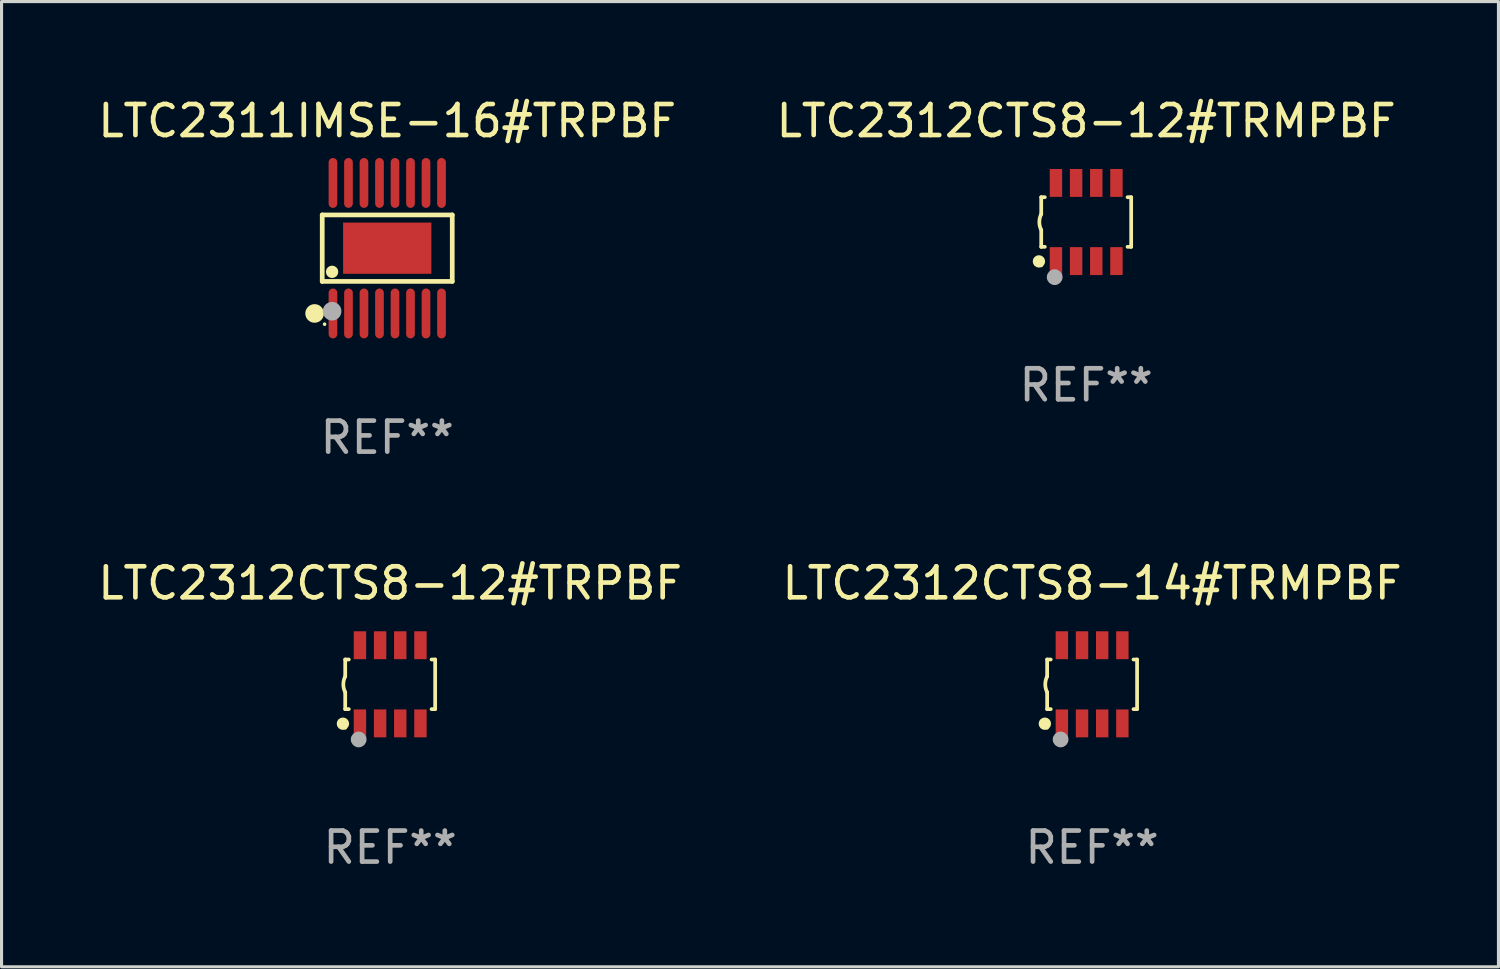
<source format=kicad_pcb>
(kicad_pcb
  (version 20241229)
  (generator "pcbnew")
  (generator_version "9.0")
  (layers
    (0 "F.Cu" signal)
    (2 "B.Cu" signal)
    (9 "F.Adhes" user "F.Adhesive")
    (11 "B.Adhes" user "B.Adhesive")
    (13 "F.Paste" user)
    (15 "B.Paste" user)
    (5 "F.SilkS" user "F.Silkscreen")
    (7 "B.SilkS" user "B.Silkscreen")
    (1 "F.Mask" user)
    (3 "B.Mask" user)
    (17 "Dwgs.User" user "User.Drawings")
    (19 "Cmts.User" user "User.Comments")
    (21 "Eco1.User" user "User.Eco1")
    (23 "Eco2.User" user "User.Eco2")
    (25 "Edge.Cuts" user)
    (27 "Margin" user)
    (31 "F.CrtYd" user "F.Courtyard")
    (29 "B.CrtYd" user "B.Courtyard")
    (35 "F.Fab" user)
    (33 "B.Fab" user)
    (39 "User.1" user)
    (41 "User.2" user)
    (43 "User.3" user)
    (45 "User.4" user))
  (footprint "LTC2312CTS8-12#TRMPBF"
    (layer "F.Cu")
    (at 31.97 4.108)
    (property "Reference" "LTC2312CTS8-12#TRMPBF" (at 0 -3.26 0) (layer "F.SilkS") (effects (font (size 1 1) (thickness 0.15))))
    (attr through_hole)
    (fp_line (start -1.45 -0.8) (end -1.45 -0.254) (stroke (width 0.12) (type solid)) (layer "F.SilkS"))
    (fp_line (start -1.45 -0.8) (end -1.334 -0.8) (stroke (width 0.12) (type solid)) (layer "F.SilkS"))
    (fp_line (start -1.45 0.8) (end -1.45 0.254) (stroke (width 0.12) (type solid)) (layer "F.SilkS"))
    (fp_line (start -1.45 0.8) (end -1.334 0.8) (stroke (width 0.12) (type solid)) (layer "F.SilkS"))
    (fp_line (start 1.334 -0.8) (end 1.45 -0.8) (stroke (width 0.12) (type solid)) (layer "F.SilkS"))
    (fp_line (start 1.334 0.8) (end 1.45 0.8) (stroke (width 0.12) (type solid)) (layer "F.SilkS"))
    (fp_line (start 1.45 0.8) (end 1.45 -0.8) (stroke (width 0.12) (type solid)) (layer "F.SilkS"))
    (fp_arc (start -1.45075 0.255144) (mid -1.510605 0.000434) (end -1.450013 -0.254102) (stroke (width 0.11999) (type solid)) (layer "F.SilkS"))
    (fp_circle (center -1.524 1.27) (end -1.424 1.27) (stroke (width 0.2) (type solid)) (fill no) (layer "F.SilkS"))
    (fp_circle (center -1.45 1.4) (end -1.42 1.4) (stroke (width 0.06) (type solid)) (fill no) (layer "F.SilkS"))
    (fp_circle (center -1.016 1.778) (end -0.889 1.778) (stroke (width 0.254) (type solid)) (fill no) (layer "F.Fab"))
    (fp_text user "REF**" (at 0 5.26 0) (layer "F.Fab") (effects (font (size 1 1) (thickness 0.15))))
    (pad "1" smd rect (at -0.975 1.26) (size 0.4 0.9) (layers "F.Cu" "F.Mask" "F.Paste"))
    (pad "2" smd rect (at -0.325 1.26) (size 0.4 0.9) (layers "F.Cu" "F.Mask" "F.Paste"))
    (pad "3" smd rect (at 0.325 1.26) (size 0.4 0.9) (layers "F.Cu" "F.Mask" "F.Paste"))
    (pad "4" smd rect (at 0.975 1.26) (size 0.4 0.9) (layers "F.Cu" "F.Mask" "F.Paste"))
    (pad "5" smd rect (at 0.975 -1.26) (size 0.4 0.9) (layers "F.Cu" "F.Mask" "F.Paste"))
    (pad "6" smd rect (at 0.325 -1.26) (size 0.4 0.9) (layers "F.Cu" "F.Mask" "F.Paste"))
    (pad "7" smd rect (at -0.325 -1.26) (size 0.4 0.9) (layers "F.Cu" "F.Mask" "F.Paste"))
    (pad "8" smd rect (at -0.975 -1.26) (size 0.4 0.9) (layers "F.Cu" "F.Mask" "F.Paste")))
  (footprint "LTC2312CTS8-12#TRPBF"
    (layer "F.Cu")
    (at 9.53 19.013)
    (property "Reference" "LTC2312CTS8-12#TRPBF" (at 0 -3.26 0) (layer "F.SilkS") (effects (font (size 1 1) (thickness 0.15))))
    (attr through_hole)
    (fp_line (start -1.45 -0.8) (end -1.45 -0.254) (stroke (width 0.12) (type solid)) (layer "F.SilkS"))
    (fp_line (start -1.45 -0.8) (end -1.334 -0.8) (stroke (width 0.12) (type solid)) (layer "F.SilkS"))
    (fp_line (start -1.45 0.8) (end -1.45 0.254) (stroke (width 0.12) (type solid)) (layer "F.SilkS"))
    (fp_line (start -1.45 0.8) (end -1.334 0.8) (stroke (width 0.12) (type solid)) (layer "F.SilkS"))
    (fp_line (start 1.334 -0.8) (end 1.45 -0.8) (stroke (width 0.12) (type solid)) (layer "F.SilkS"))
    (fp_line (start 1.334 0.8) (end 1.45 0.8) (stroke (width 0.12) (type solid)) (layer "F.SilkS"))
    (fp_line (start 1.45 0.8) (end 1.45 -0.8) (stroke (width 0.12) (type solid)) (layer "F.SilkS"))
    (fp_arc (start -1.45075 0.255144) (mid -1.510605 0.000434) (end -1.450013 -0.254102) (stroke (width 0.11999) (type solid)) (layer "F.SilkS"))
    (fp_circle (center -1.524 1.27) (end -1.424 1.27) (stroke (width 0.2) (type solid)) (fill no) (layer "F.SilkS"))
    (fp_circle (center -1.45 1.4) (end -1.42 1.4) (stroke (width 0.06) (type solid)) (fill no) (layer "F.SilkS"))
    (fp_circle (center -1.016 1.778) (end -0.889 1.778) (stroke (width 0.254) (type solid)) (fill no) (layer "F.Fab"))
    (fp_text user "REF**" (at 0 5.26 0) (layer "F.Fab") (effects (font (size 1 1) (thickness 0.15))))
    (pad "1" smd rect (at -0.975 1.26) (size 0.4 0.9) (layers "F.Cu" "F.Mask" "F.Paste"))
    (pad "2" smd rect (at -0.325 1.26) (size 0.4 0.9) (layers "F.Cu" "F.Mask" "F.Paste"))
    (pad "3" smd rect (at 0.325 1.26) (size 0.4 0.9) (layers "F.Cu" "F.Mask" "F.Paste"))
    (pad "4" smd rect (at 0.975 1.26) (size 0.4 0.9) (layers "F.Cu" "F.Mask" "F.Paste"))
    (pad "5" smd rect (at 0.975 -1.26) (size 0.4 0.9) (layers "F.Cu" "F.Mask" "F.Paste"))
    (pad "6" smd rect (at 0.325 -1.26) (size 0.4 0.9) (layers "F.Cu" "F.Mask" "F.Paste"))
    (pad "7" smd rect (at -0.325 -1.26) (size 0.4 0.9) (layers "F.Cu" "F.Mask" "F.Paste"))
    (pad "8" smd rect (at -0.975 -1.26) (size 0.4 0.9) (layers "F.Cu" "F.Mask" "F.Paste")))
  (footprint "LTC2312CTS8-14#TRMPBF"
    (layer "F.Cu")
    (at 32.161 19.013)
    (property "Reference" "LTC2312CTS8-14#TRMPBF" (at 0 -3.26 0) (layer "F.SilkS") (effects (font (size 1 1) (thickness 0.15))))
    (attr through_hole)
    (fp_line (start -1.45 -0.8) (end -1.45 -0.254) (stroke (width 0.12) (type solid)) (layer "F.SilkS"))
    (fp_line (start -1.45 -0.8) (end -1.334 -0.8) (stroke (width 0.12) (type solid)) (layer "F.SilkS"))
    (fp_line (start -1.45 0.8) (end -1.45 0.254) (stroke (width 0.12) (type solid)) (layer "F.SilkS"))
    (fp_line (start -1.45 0.8) (end -1.334 0.8) (stroke (width 0.12) (type solid)) (layer "F.SilkS"))
    (fp_line (start 1.334 -0.8) (end 1.45 -0.8) (stroke (width 0.12) (type solid)) (layer "F.SilkS"))
    (fp_line (start 1.334 0.8) (end 1.45 0.8) (stroke (width 0.12) (type solid)) (layer "F.SilkS"))
    (fp_line (start 1.45 0.8) (end 1.45 -0.8) (stroke (width 0.12) (type solid)) (layer "F.SilkS"))
    (fp_arc (start -1.45075 0.255144) (mid -1.510605 0.000434) (end -1.450013 -0.254102) (stroke (width 0.11999) (type solid)) (layer "F.SilkS"))
    (fp_circle (center -1.524 1.27) (end -1.424 1.27) (stroke (width 0.2) (type solid)) (fill no) (layer "F.SilkS"))
    (fp_circle (center -1.45 1.4) (end -1.42 1.4) (stroke (width 0.06) (type solid)) (fill no) (layer "F.SilkS"))
    (fp_circle (center -1.016 1.778) (end -0.889 1.778) (stroke (width 0.254) (type solid)) (fill no) (layer "F.Fab"))
    (fp_text user "REF**" (at 0 5.26 0) (layer "F.Fab") (effects (font (size 1 1) (thickness 0.15))))
    (pad "1" smd rect (at -0.975 1.26) (size 0.4 0.9) (layers "F.Cu" "F.Mask" "F.Paste"))
    (pad "2" smd rect (at -0.325 1.26) (size 0.4 0.9) (layers "F.Cu" "F.Mask" "F.Paste"))
    (pad "3" smd rect (at 0.325 1.26) (size 0.4 0.9) (layers "F.Cu" "F.Mask" "F.Paste"))
    (pad "4" smd rect (at 0.975 1.26) (size 0.4 0.9) (layers "F.Cu" "F.Mask" "F.Paste"))
    (pad "5" smd rect (at 0.975 -1.26) (size 0.4 0.9) (layers "F.Cu" "F.Mask" "F.Paste"))
    (pad "6" smd rect (at 0.325 -1.26) (size 0.4 0.9) (layers "F.Cu" "F.Mask" "F.Paste"))
    (pad "7" smd rect (at -0.325 -1.26) (size 0.4 0.9) (layers "F.Cu" "F.Mask" "F.Paste"))
    (pad "8" smd rect (at -0.975 -1.26) (size 0.4 0.9) (layers "F.Cu" "F.Mask" "F.Paste")))
  (footprint "LTC2311IMSE-16#TRPBF"
    (layer "F.Cu")
    (at 9.435 4.952)
    (property "Reference" "LTC2311IMSE-16#TRPBF" (at 0 -4.104 0) (layer "F.SilkS") (effects (font (size 1 1) (thickness 0.15))))
    (attr through_hole)
    (fp_line (start -2.096 -1.072) (end 2.096 -1.072) (stroke (width 0.152) (type solid)) (layer "F.SilkS"))
    (fp_line (start -2.096 1.071) (end -2.096 -1.072) (stroke (width 0.152) (type solid)) (layer "F.SilkS"))
    (fp_line (start 2.096 -1.072) (end 2.096 1.071) (stroke (width 0.152) (type solid)) (layer "F.SilkS"))
    (fp_line (start 2.096 1.071) (end -2.096 1.071) (stroke (width 0.152) (type solid)) (layer "F.SilkS"))
    (fp_circle (center -2.342 2.104) (end -2.192 2.104) (stroke (width 0.3) (type solid)) (fill no) (layer "F.SilkS"))
    (fp_circle (center -2.02 2.45) (end -1.99 2.45) (stroke (width 0.06) (type solid)) (fill no) (layer "F.SilkS"))
    (fp_circle (center -1.778 0.762) (end -1.678 0.762) (stroke (width 0.2) (type solid)) (fill no) (layer "F.SilkS"))
    (fp_circle (center -1.778 2.032) (end -1.628 2.032) (stroke (width 0.3) (type solid)) (fill no) (layer "F.Fab"))
    (fp_text user "REF**" (at 0 6.104 0) (layer "F.Fab") (effects (font (size 1 1) (thickness 0.15))))
    (pad "1" smd oval (at -1.75 2.104) (size 0.28 1.608) (layers "F.Cu" "F.Mask" "F.Paste"))
    (pad "2" smd oval (at -1.25 2.104) (size 0.28 1.608) (layers "F.Cu" "F.Mask" "F.Paste"))
    (pad "3" smd oval (at -0.75 2.104) (size 0.28 1.608) (layers "F.Cu" "F.Mask" "F.Paste"))
    (pad "4" smd oval (at -0.25 2.104) (size 0.28 1.608) (layers "F.Cu" "F.Mask" "F.Paste"))
    (pad "5" smd oval (at 0.25 2.104) (size 0.28 1.608) (layers "F.Cu" "F.Mask" "F.Paste"))
    (pad "6" smd oval (at 0.75 2.104) (size 0.28 1.608) (layers "F.Cu" "F.Mask" "F.Paste"))
    (pad "7" smd oval (at 1.25 2.104) (size 0.28 1.608) (layers "F.Cu" "F.Mask" "F.Paste"))
    (pad "8" smd oval (at 1.75 2.104) (size 0.28 1.608) (layers "F.Cu" "F.Mask" "F.Paste"))
    (pad "9" smd oval (at 1.75 -2.104) (size 0.28 1.608) (layers "F.Cu" "F.Mask" "F.Paste"))
    (pad "10" smd oval (at 1.25 -2.104) (size 0.28 1.608) (layers "F.Cu" "F.Mask" "F.Paste"))
    (pad "11" smd oval (at 0.75 -2.104) (size 0.28 1.608) (layers "F.Cu" "F.Mask" "F.Paste"))
    (pad "12" smd oval (at 0.25 -2.104) (size 0.28 1.608) (layers "F.Cu" "F.Mask" "F.Paste"))
    (pad "13" smd oval (at -0.25 -2.104) (size 0.28 1.608) (layers "F.Cu" "F.Mask" "F.Paste"))
    (pad "14" smd oval (at -0.75 -2.104) (size 0.28 1.608) (layers "F.Cu" "F.Mask" "F.Paste"))
    (pad "15" smd oval (at -1.25 -2.104) (size 0.28 1.608) (layers "F.Cu" "F.Mask" "F.Paste"))
    (pad "16" smd oval (at -1.75 -2.104) (size 0.28 1.608) (layers "F.Cu" "F.Mask" "F.Paste"))
    (pad "17" smd rect (at 0 -0.000127) (size 2.845 1.651) (layers "F.Cu" "F.Mask" "F.Paste")))
  (gr_rect
    (start -3 -3)
    (end 45.262 28.121)
    (stroke (width 0.1) (type default))
    (fill no)
    (layer "Edge.Cuts")))
</source>
